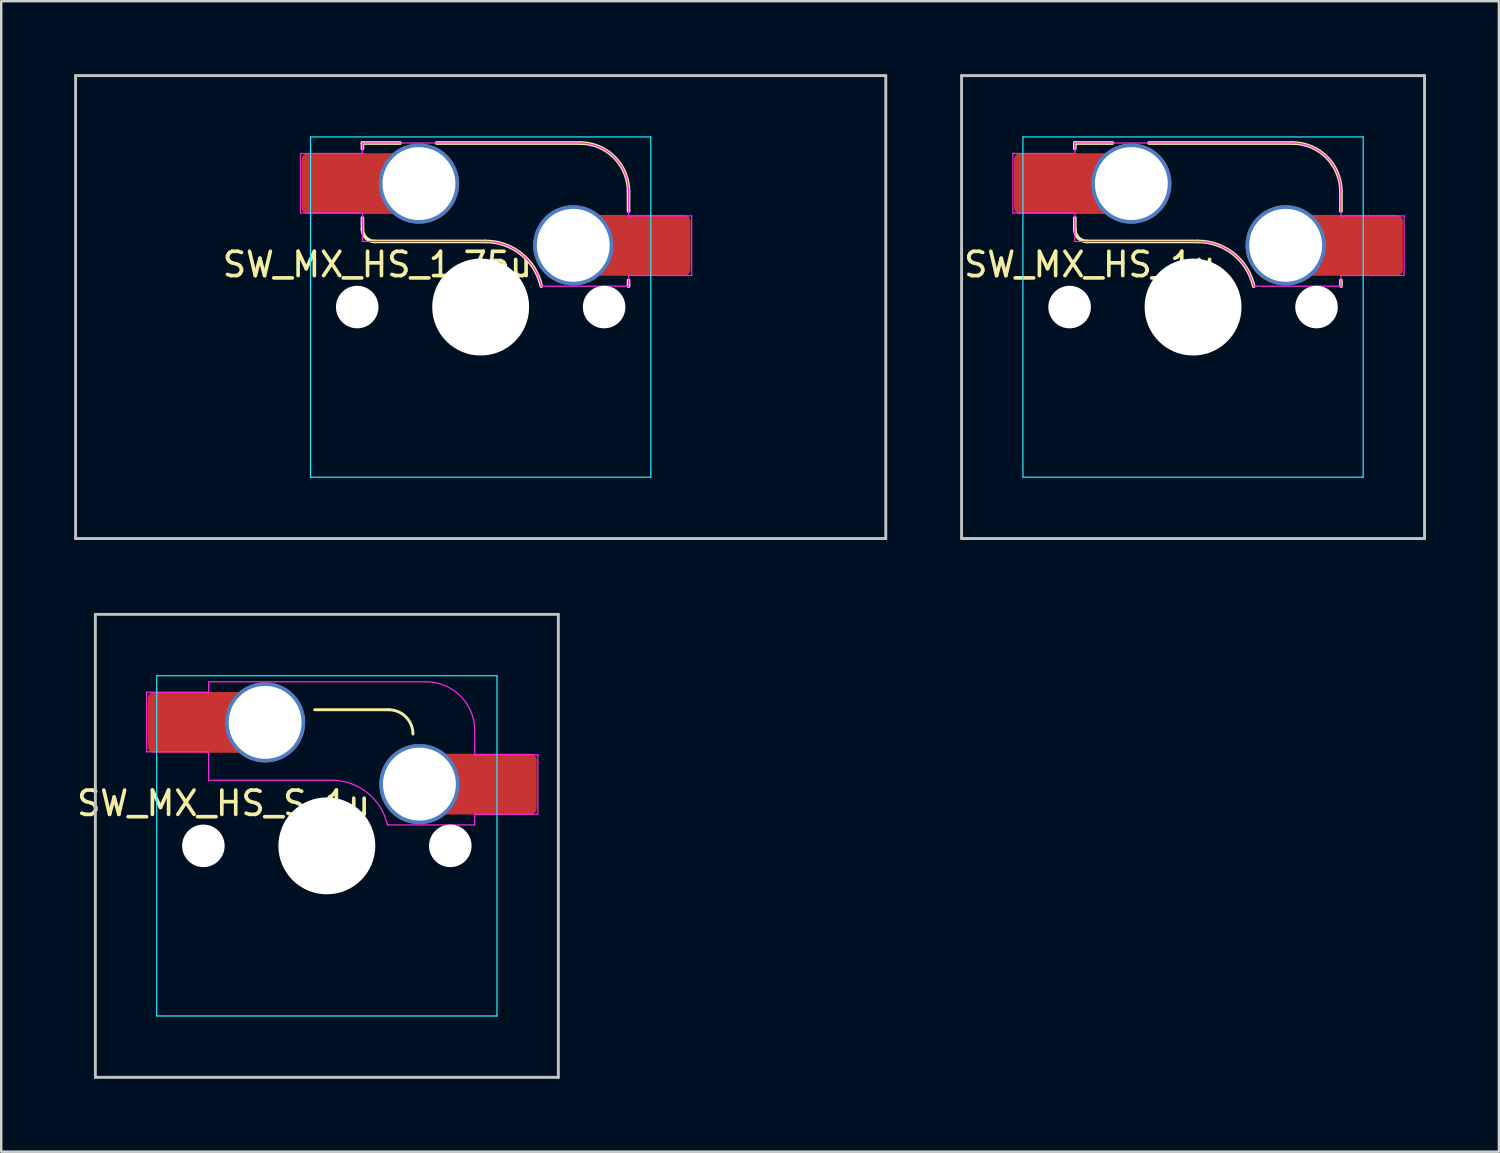
<source format=kicad_pcb>
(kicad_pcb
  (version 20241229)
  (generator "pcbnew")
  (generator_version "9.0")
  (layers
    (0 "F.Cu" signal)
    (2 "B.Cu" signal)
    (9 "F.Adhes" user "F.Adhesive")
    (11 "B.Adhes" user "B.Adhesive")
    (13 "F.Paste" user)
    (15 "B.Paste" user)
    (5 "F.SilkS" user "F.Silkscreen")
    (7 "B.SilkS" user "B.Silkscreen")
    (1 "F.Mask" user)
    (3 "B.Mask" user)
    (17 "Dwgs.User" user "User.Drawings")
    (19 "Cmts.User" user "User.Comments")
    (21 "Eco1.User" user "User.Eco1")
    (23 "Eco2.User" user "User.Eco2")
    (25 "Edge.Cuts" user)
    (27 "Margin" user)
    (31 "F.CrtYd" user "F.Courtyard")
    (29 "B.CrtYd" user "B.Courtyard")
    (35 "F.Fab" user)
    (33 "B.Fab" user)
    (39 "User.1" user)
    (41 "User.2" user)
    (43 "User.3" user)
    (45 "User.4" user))
  (footprint "SW_MX_HS_S_1u"
    (layer "F.Cu")
    (at 10.399 31.755)
    (property "Reference" "SW_MX_HS_S_1u" (at -4.25 -1.75 0) (layer "F.SilkS") (effects (font (size 1 1) (thickness 0.15))))
    (attr smd)
    (fp_line (start -0.5 -5.6) (end 2.543 -5.6) (stroke (width 0.12) (type solid)) (layer "F.SilkS"))
    (fp_arc (start 2.542893 -5.6) (mid 3.25 -5.307107) (end 3.542893 -4.6) (stroke (width 0.12) (type solid)) (layer "F.SilkS"))
    (fp_line (start -9.525 -9.525) (end 9.525 -9.525) (stroke (width 0.12) (type solid)) (layer "Dwgs.User"))
    (fp_line (start -9.525 9.525) (end -9.525 -9.525) (stroke (width 0.12) (type solid)) (layer "Dwgs.User"))
    (fp_line (start 9.525 -9.525) (end 9.525 9.525) (stroke (width 0.12) (type solid)) (layer "Dwgs.User"))
    (fp_line (start 9.525 9.525) (end -9.525 9.525) (stroke (width 0.12) (type solid)) (layer "Dwgs.User"))
    (fp_line (start -7 -6.5) (end -7 6.5) (stroke (width 0.05) (type solid)) (layer "Eco2.User"))
    (fp_line (start -6.5 7) (end 6.5 7) (stroke (width 0.05) (type solid)) (layer "Eco2.User"))
    (fp_line (start 6.5 -7) (end -6.5 -7) (stroke (width 0.05) (type solid)) (layer "Eco2.User"))
    (fp_line (start 7 6.5) (end 7 -6.5) (stroke (width 0.05) (type solid)) (layer "Eco2.User"))
    (fp_arc (start -7 -6.5) (mid -6.853553 -6.853553) (end -6.5 -7) (stroke (width 0.05) (type solid)) (layer "Eco2.User"))
    (fp_arc (start -6.497236 6.998884) (mid -6.850789 6.852437) (end -6.997236 6.498884) (stroke (width 0.05) (type solid)) (layer "Eco2.User"))
    (fp_arc (start 6.5 -7) (mid 6.853553 -6.853553) (end 7 -6.5) (stroke (width 0.05) (type solid)) (layer "Eco2.User"))
    (fp_arc (start 7 6.5) (mid 6.853553 6.853553) (end 6.5 7) (stroke (width 0.05) (type solid)) (layer "Eco2.User"))
    (fp_line (start -7 -7) (end 7 -7) (stroke (width 0.05) (type solid)) (layer "B.CrtYd"))
    (fp_line (start -7 7) (end -7 -7) (stroke (width 0.05) (type solid)) (layer "B.CrtYd"))
    (fp_line (start 7 -7) (end 7 7) (stroke (width 0.05) (type solid)) (layer "B.CrtYd"))
    (fp_line (start 7 7) (end -7 7) (stroke (width 0.05) (type solid)) (layer "B.CrtYd"))
    (fp_line (start -7.415 -6.32) (end -4.865 -6.32) (stroke (width 0.05) (type solid)) (layer "F.CrtYd"))
    (fp_line (start -7.415 -3.87) (end -7.415 -6.32) (stroke (width 0.05) (type solid)) (layer "F.CrtYd"))
    (fp_line (start -4.865 -6.75) (end -4.865 -6.32) (stroke (width 0.05) (type solid)) (layer "F.CrtYd"))
    (fp_line (start -4.865 -3.87) (end -7.415 -3.87) (stroke (width 0.05) (type solid)) (layer "F.CrtYd"))
    (fp_line (start -4.865 -3.87) (end -4.865 -2.7) (stroke (width 0.05) (type solid)) (layer "F.CrtYd"))
    (fp_line (start -4.865 -2.7) (end 0.2 -2.7) (stroke (width 0.05) (type solid)) (layer "F.CrtYd"))
    (fp_line (start 4.085 -6.75) (end -4.865 -6.75) (stroke (width 0.05) (type solid)) (layer "F.CrtYd"))
    (fp_line (start 6.085 -3.75) (end 6.085 -4.75) (stroke (width 0.05) (type solid)) (layer "F.CrtYd"))
    (fp_line (start 6.085 -3.75) (end 8.685 -3.75) (stroke (width 0.05) (type solid)) (layer "F.CrtYd"))
    (fp_line (start 6.085 -1.3) (end 6.085 -0.86) (stroke (width 0.05) (type solid)) (layer "F.CrtYd"))
    (fp_line (start 6.085 -0.86) (end 2.494 -0.86) (stroke (width 0.05) (type solid)) (layer "F.CrtYd"))
    (fp_line (start 8.685 -3.75) (end 8.685 -1.3) (stroke (width 0.05) (type solid)) (layer "F.CrtYd"))
    (fp_line (start 8.685 -1.3) (end 6.085 -1.3) (stroke (width 0.05) (type solid)) (layer "F.CrtYd"))
    (fp_arc (start 0.2 -2.70022) (mid 1.670503 -2.183399) (end 2.494322 -0.86022) (stroke (width 0.05) (type solid)) (layer "F.CrtYd"))
    (fp_arc (start 4.085176 -6.75022) (mid 5.49939 -6.164434) (end 6.085176 -4.75022) (stroke (width 0.05) (type solid)) (layer "F.CrtYd"))
    (pad "" np_thru_hole circle (at -5.08 0) (size 1.75 1.75) (drill 1.75) (layers "*.Cu" "*.Mask"))
    (pad "" np_thru_hole circle (at 0 0) (size 3.988 3.988) (drill 3.988) (layers "*.Cu" "*.Mask"))
    (pad "" np_thru_hole circle (at 5.08 0) (size 1.75 1.75) (drill 1.75) (layers "*.Cu" "*.Mask"))
    (pad "1" thru_hole circle (at 3.81 -2.54) (size 3.3 3.3) (drill 3) (layers "*.Cu" "*.Mask"))
    (pad "1" smd rect (at 5.635 -2.54 180) (size 1.65 2.5) (layers "F.Cu"))
    (pad "1" smd roundrect (at 7.36 -2.54) (size 2.55 2.5) (layers "F.Cu" "F.Mask" "F.Paste") (roundrect_rratio 0.1))
    (pad "2" smd roundrect (at -6.09 -5.08) (size 2.55 2.5) (layers "F.Cu" "F.Mask" "F.Paste") (roundrect_rratio 0.1))
    (pad "2" smd rect (at -4.34 -5.08) (size 1.65 2.5) (layers "F.Cu"))
    (pad "2" thru_hole circle (at -2.54 -5.08) (size 3.3 3.3) (drill 3) (layers "*.Cu" "*.Mask")))
  (footprint "SW_MX_HS_1.75u"
    (layer "F.Cu")
    (at 16.729 9.585)
    (property "Reference" "SW_MX_HS_1.75u" (at -4.25 -1.75 0) (layer "F.SilkS") (effects (font (size 1 1) (thickness 0.15))))
    (attr smd)
    (fp_line (start -4.865 -6.75) (end -4.865 -6.52) (stroke (width 0.15) (type solid)) (layer "F.SilkS"))
    (fp_line (start -4.865 -3.67) (end -4.865 -3.2) (stroke (width 0.15) (type solid)) (layer "F.SilkS"))
    (fp_line (start -4.365 -2.7) (end 0.2 -2.7) (stroke (width 0.15) (type solid)) (layer "F.SilkS"))
    (fp_line (start -3.315 -6.75) (end -4.865 -6.75) (stroke (width 0.15) (type solid)) (layer "F.SilkS"))
    (fp_line (start 4.085 -6.75) (end -1.815 -6.75) (stroke (width 0.15) (type solid)) (layer "F.SilkS"))
    (fp_line (start 6.085 -3.95) (end 6.085 -4.75) (stroke (width 0.15) (type solid)) (layer "F.SilkS"))
    (fp_line (start 6.085 -1.1) (end 6.085 -0.86) (stroke (width 0.15) (type solid)) (layer "F.SilkS"))
    (fp_arc (start -4.364824 -2.70022) (mid -4.718377 -2.846667) (end -4.864824 -3.20022) (stroke (width 0.15) (type solid)) (layer "F.SilkS"))
    (fp_arc (start 0.2 -2.70022) (mid 1.670693 -2.183637) (end 2.494322 -0.86022) (stroke (width 0.15) (type solid)) (layer "F.SilkS"))
    (fp_arc (start 4.085176 -6.75022) (mid 5.49939 -6.164434) (end 6.085176 -4.75022) (stroke (width 0.15) (type solid)) (layer "F.SilkS"))
    (fp_line (start -16.669 -9.525) (end 16.669 -9.525) (stroke (width 0.12) (type solid)) (layer "Dwgs.User"))
    (fp_line (start -16.669 9.525) (end -16.669 -9.525) (stroke (width 0.12) (type solid)) (layer "Dwgs.User"))
    (fp_line (start 16.669 -9.525) (end 16.669 9.525) (stroke (width 0.12) (type solid)) (layer "Dwgs.User"))
    (fp_line (start 16.669 9.525) (end -16.669 9.525) (stroke (width 0.12) (type solid)) (layer "Dwgs.User"))
    (fp_line (start -7 -6.5) (end -7 6.5) (stroke (width 0.05) (type solid)) (layer "Eco2.User"))
    (fp_line (start -6.5 7) (end 6.5 7) (stroke (width 0.05) (type solid)) (layer "Eco2.User"))
    (fp_line (start 6.5 -7) (end -6.5 -7) (stroke (width 0.05) (type solid)) (layer "Eco2.User"))
    (fp_line (start 7 6.5) (end 7 -6.5) (stroke (width 0.05) (type solid)) (layer "Eco2.User"))
    (fp_arc (start -7 -6.5) (mid -6.853553 -6.853553) (end -6.5 -7) (stroke (width 0.05) (type solid)) (layer "Eco2.User"))
    (fp_arc (start -6.497236 6.998884) (mid -6.850789 6.852437) (end -6.997236 6.498884) (stroke (width 0.05) (type solid)) (layer "Eco2.User"))
    (fp_arc (start 6.5 -7) (mid 6.853553 -6.853553) (end 7 -6.5) (stroke (width 0.05) (type solid)) (layer "Eco2.User"))
    (fp_arc (start 7 6.5) (mid 6.853553 6.853553) (end 6.5 7) (stroke (width 0.05) (type solid)) (layer "Eco2.User"))
    (fp_line (start -7 -7) (end 7 -7) (stroke (width 0.05) (type solid)) (layer "B.CrtYd"))
    (fp_line (start -7 7) (end -7 -7) (stroke (width 0.05) (type solid)) (layer "B.CrtYd"))
    (fp_line (start 7 -7) (end 7 7) (stroke (width 0.05) (type solid)) (layer "B.CrtYd"))
    (fp_line (start 7 7) (end -7 7) (stroke (width 0.05) (type solid)) (layer "B.CrtYd"))
    (fp_line (start -7.415 -6.32) (end -4.865 -6.32) (stroke (width 0.05) (type solid)) (layer "F.CrtYd"))
    (fp_line (start -7.415 -3.87) (end -7.415 -6.32) (stroke (width 0.05) (type solid)) (layer "F.CrtYd"))
    (fp_line (start -4.865 -6.75) (end -4.865 -6.32) (stroke (width 0.05) (type solid)) (layer "F.CrtYd"))
    (fp_line (start -4.865 -3.87) (end -7.415 -3.87) (stroke (width 0.05) (type solid)) (layer "F.CrtYd"))
    (fp_line (start -4.865 -3.87) (end -4.865 -2.7) (stroke (width 0.05) (type solid)) (layer "F.CrtYd"))
    (fp_line (start -4.865 -2.7) (end 0.2 -2.7) (stroke (width 0.05) (type solid)) (layer "F.CrtYd"))
    (fp_line (start 4.085 -6.75) (end -4.865 -6.75) (stroke (width 0.05) (type solid)) (layer "F.CrtYd"))
    (fp_line (start 6.085 -3.75) (end 6.085 -4.75) (stroke (width 0.05) (type solid)) (layer "F.CrtYd"))
    (fp_line (start 6.085 -3.75) (end 8.685 -3.75) (stroke (width 0.05) (type solid)) (layer "F.CrtYd"))
    (fp_line (start 6.085 -1.3) (end 6.085 -0.86) (stroke (width 0.05) (type solid)) (layer "F.CrtYd"))
    (fp_line (start 6.085 -0.86) (end 2.494 -0.86) (stroke (width 0.05) (type solid)) (layer "F.CrtYd"))
    (fp_line (start 8.685 -3.75) (end 8.685 -1.3) (stroke (width 0.05) (type solid)) (layer "F.CrtYd"))
    (fp_line (start 8.685 -1.3) (end 6.085 -1.3) (stroke (width 0.05) (type solid)) (layer "F.CrtYd"))
    (fp_arc (start 0.2 -2.70022) (mid 1.670503 -2.183399) (end 2.494322 -0.86022) (stroke (width 0.05) (type solid)) (layer "F.CrtYd"))
    (fp_arc (start 4.085176 -6.75022) (mid 5.49939 -6.164434) (end 6.085176 -4.75022) (stroke (width 0.05) (type solid)) (layer "F.CrtYd"))
    (pad "" np_thru_hole circle (at -5.08 0) (size 1.75 1.75) (drill 1.75) (layers "*.Cu" "*.Mask"))
    (pad "" np_thru_hole circle (at 0 0) (size 3.988 3.988) (drill 3.988) (layers "*.Cu" "*.Mask"))
    (pad "" np_thru_hole circle (at 5.08 0) (size 1.75 1.75) (drill 1.75) (layers "*.Cu" "*.Mask"))
    (pad "1" thru_hole circle (at 3.81 -2.54) (size 3.3 3.3) (drill 3) (layers "*.Cu" "*.Mask"))
    (pad "1" smd rect (at 5.635 -2.54 180) (size 1.65 2.5) (layers "F.Cu"))
    (pad "1" smd roundrect (at 7.36 -2.54) (size 2.55 2.5) (layers "F.Cu" "F.Mask" "F.Paste") (roundrect_rratio 0.1))
    (pad "2" smd roundrect (at -6.09 -5.08) (size 2.55 2.5) (layers "F.Cu" "F.Mask" "F.Paste") (roundrect_rratio 0.1))
    (pad "2" smd rect (at -4.34 -5.08) (size 1.65 2.5) (layers "F.Cu"))
    (pad "2" thru_hole circle (at -2.54 -5.08) (size 3.3 3.3) (drill 3) (layers "*.Cu" "*.Mask")))
  (footprint "SW_MX_HS_1u"
    (layer "F.Cu")
    (at 46.042 9.585)
    (property "Reference" "SW_MX_HS_1u" (at -4.25 -1.75 0) (layer "F.SilkS") (effects (font (size 1 1) (thickness 0.15))))
    (attr smd)
    (fp_line (start -4.865 -6.75) (end -4.865 -6.52) (stroke (width 0.15) (type solid)) (layer "F.SilkS"))
    (fp_line (start -4.865 -3.67) (end -4.865 -3.2) (stroke (width 0.15) (type solid)) (layer "F.SilkS"))
    (fp_line (start -4.365 -2.7) (end 0.2 -2.7) (stroke (width 0.15) (type solid)) (layer "F.SilkS"))
    (fp_line (start -3.315 -6.75) (end -4.865 -6.75) (stroke (width 0.15) (type solid)) (layer "F.SilkS"))
    (fp_line (start 4.085 -6.75) (end -1.815 -6.75) (stroke (width 0.15) (type solid)) (layer "F.SilkS"))
    (fp_line (start 6.085 -3.95) (end 6.085 -4.75) (stroke (width 0.15) (type solid)) (layer "F.SilkS"))
    (fp_line (start 6.085 -1.1) (end 6.085 -0.86) (stroke (width 0.15) (type solid)) (layer "F.SilkS"))
    (fp_arc (start -4.364824 -2.70022) (mid -4.718377 -2.846667) (end -4.864824 -3.20022) (stroke (width 0.15) (type solid)) (layer "F.SilkS"))
    (fp_arc (start 0.2 -2.70022) (mid 1.670693 -2.183637) (end 2.494322 -0.86022) (stroke (width 0.15) (type solid)) (layer "F.SilkS"))
    (fp_arc (start 4.085176 -6.75022) (mid 5.49939 -6.164434) (end 6.085176 -4.75022) (stroke (width 0.15) (type solid)) (layer "F.SilkS"))
    (fp_line (start -9.525 -9.525) (end 9.525 -9.525) (stroke (width 0.12) (type solid)) (layer "Dwgs.User"))
    (fp_line (start -9.525 9.525) (end -9.525 -9.525) (stroke (width 0.12) (type solid)) (layer "Dwgs.User"))
    (fp_line (start 9.525 -9.525) (end 9.525 9.525) (stroke (width 0.12) (type solid)) (layer "Dwgs.User"))
    (fp_line (start 9.525 9.525) (end -9.525 9.525) (stroke (width 0.12) (type solid)) (layer "Dwgs.User"))
    (fp_line (start -7 -6.5) (end -7 6.5) (stroke (width 0.05) (type solid)) (layer "Eco2.User"))
    (fp_line (start -6.5 7) (end 6.5 7) (stroke (width 0.05) (type solid)) (layer "Eco2.User"))
    (fp_line (start 6.5 -7) (end -6.5 -7) (stroke (width 0.05) (type solid)) (layer "Eco2.User"))
    (fp_line (start 7 6.5) (end 7 -6.5) (stroke (width 0.05) (type solid)) (layer "Eco2.User"))
    (fp_arc (start -7 -6.5) (mid -6.853553 -6.853553) (end -6.5 -7) (stroke (width 0.05) (type solid)) (layer "Eco2.User"))
    (fp_arc (start -6.497236 6.998884) (mid -6.850789 6.852437) (end -6.997236 6.498884) (stroke (width 0.05) (type solid)) (layer "Eco2.User"))
    (fp_arc (start 6.5 -7) (mid 6.853553 -6.853553) (end 7 -6.5) (stroke (width 0.05) (type solid)) (layer "Eco2.User"))
    (fp_arc (start 7 6.5) (mid 6.853553 6.853553) (end 6.5 7) (stroke (width 0.05) (type solid)) (layer "Eco2.User"))
    (fp_line (start -7 -7) (end 7 -7) (stroke (width 0.05) (type solid)) (layer "B.CrtYd"))
    (fp_line (start -7 7) (end -7 -7) (stroke (width 0.05) (type solid)) (layer "B.CrtYd"))
    (fp_line (start 7 -7) (end 7 7) (stroke (width 0.05) (type solid)) (layer "B.CrtYd"))
    (fp_line (start 7 7) (end -7 7) (stroke (width 0.05) (type solid)) (layer "B.CrtYd"))
    (fp_line (start -7.415 -6.32) (end -4.865 -6.32) (stroke (width 0.05) (type solid)) (layer "F.CrtYd"))
    (fp_line (start -7.415 -3.87) (end -7.415 -6.32) (stroke (width 0.05) (type solid)) (layer "F.CrtYd"))
    (fp_line (start -4.865 -6.75) (end -4.865 -6.32) (stroke (width 0.05) (type solid)) (layer "F.CrtYd"))
    (fp_line (start -4.865 -3.87) (end -7.415 -3.87) (stroke (width 0.05) (type solid)) (layer "F.CrtYd"))
    (fp_line (start -4.865 -3.87) (end -4.865 -2.7) (stroke (width 0.05) (type solid)) (layer "F.CrtYd"))
    (fp_line (start -4.865 -2.7) (end 0.2 -2.7) (stroke (width 0.05) (type solid)) (layer "F.CrtYd"))
    (fp_line (start 4.085 -6.75) (end -4.865 -6.75) (stroke (width 0.05) (type solid)) (layer "F.CrtYd"))
    (fp_line (start 6.085 -3.75) (end 6.085 -4.75) (stroke (width 0.05) (type solid)) (layer "F.CrtYd"))
    (fp_line (start 6.085 -3.75) (end 8.685 -3.75) (stroke (width 0.05) (type solid)) (layer "F.CrtYd"))
    (fp_line (start 6.085 -1.3) (end 6.085 -0.86) (stroke (width 0.05) (type solid)) (layer "F.CrtYd"))
    (fp_line (start 6.085 -0.86) (end 2.494 -0.86) (stroke (width 0.05) (type solid)) (layer "F.CrtYd"))
    (fp_line (start 8.685 -3.75) (end 8.685 -1.3) (stroke (width 0.05) (type solid)) (layer "F.CrtYd"))
    (fp_line (start 8.685 -1.3) (end 6.085 -1.3) (stroke (width 0.05) (type solid)) (layer "F.CrtYd"))
    (fp_arc (start 0.2 -2.70022) (mid 1.670503 -2.183399) (end 2.494322 -0.86022) (stroke (width 0.05) (type solid)) (layer "F.CrtYd"))
    (fp_arc (start 4.085176 -6.75022) (mid 5.49939 -6.164434) (end 6.085176 -4.75022) (stroke (width 0.05) (type solid)) (layer "F.CrtYd"))
    (pad "" np_thru_hole circle (at -5.08 0) (size 1.75 1.75) (drill 1.75) (layers "*.Cu" "*.Mask"))
    (pad "" np_thru_hole circle (at 0 0) (size 3.988 3.988) (drill 3.988) (layers "*.Cu" "*.Mask"))
    (pad "" np_thru_hole circle (at 5.08 0) (size 1.75 1.75) (drill 1.75) (layers "*.Cu" "*.Mask"))
    (pad "1" thru_hole circle (at 3.81 -2.54) (size 3.3 3.3) (drill 3) (layers "*.Cu" "*.Mask"))
    (pad "1" smd rect (at 5.635 -2.54 180) (size 1.65 2.5) (layers "F.Cu"))
    (pad "1" smd roundrect (at 7.36 -2.54) (size 2.55 2.5) (layers "F.Cu" "F.Mask" "F.Paste") (roundrect_rratio 0.1))
    (pad "2" smd roundrect (at -6.09 -5.08) (size 2.55 2.5) (layers "F.Cu" "F.Mask" "F.Paste") (roundrect_rratio 0.1))
    (pad "2" smd rect (at -4.34 -5.08) (size 1.65 2.5) (layers "F.Cu"))
    (pad "2" thru_hole circle (at -2.54 -5.08) (size 3.3 3.3) (drill 3) (layers "*.Cu" "*.Mask")))
  (gr_rect
    (start -3 -3)
    (end 58.627 44.34)
    (stroke (width 0.1) (type default))
    (fill no)
    (layer "Edge.Cuts")))
</source>
